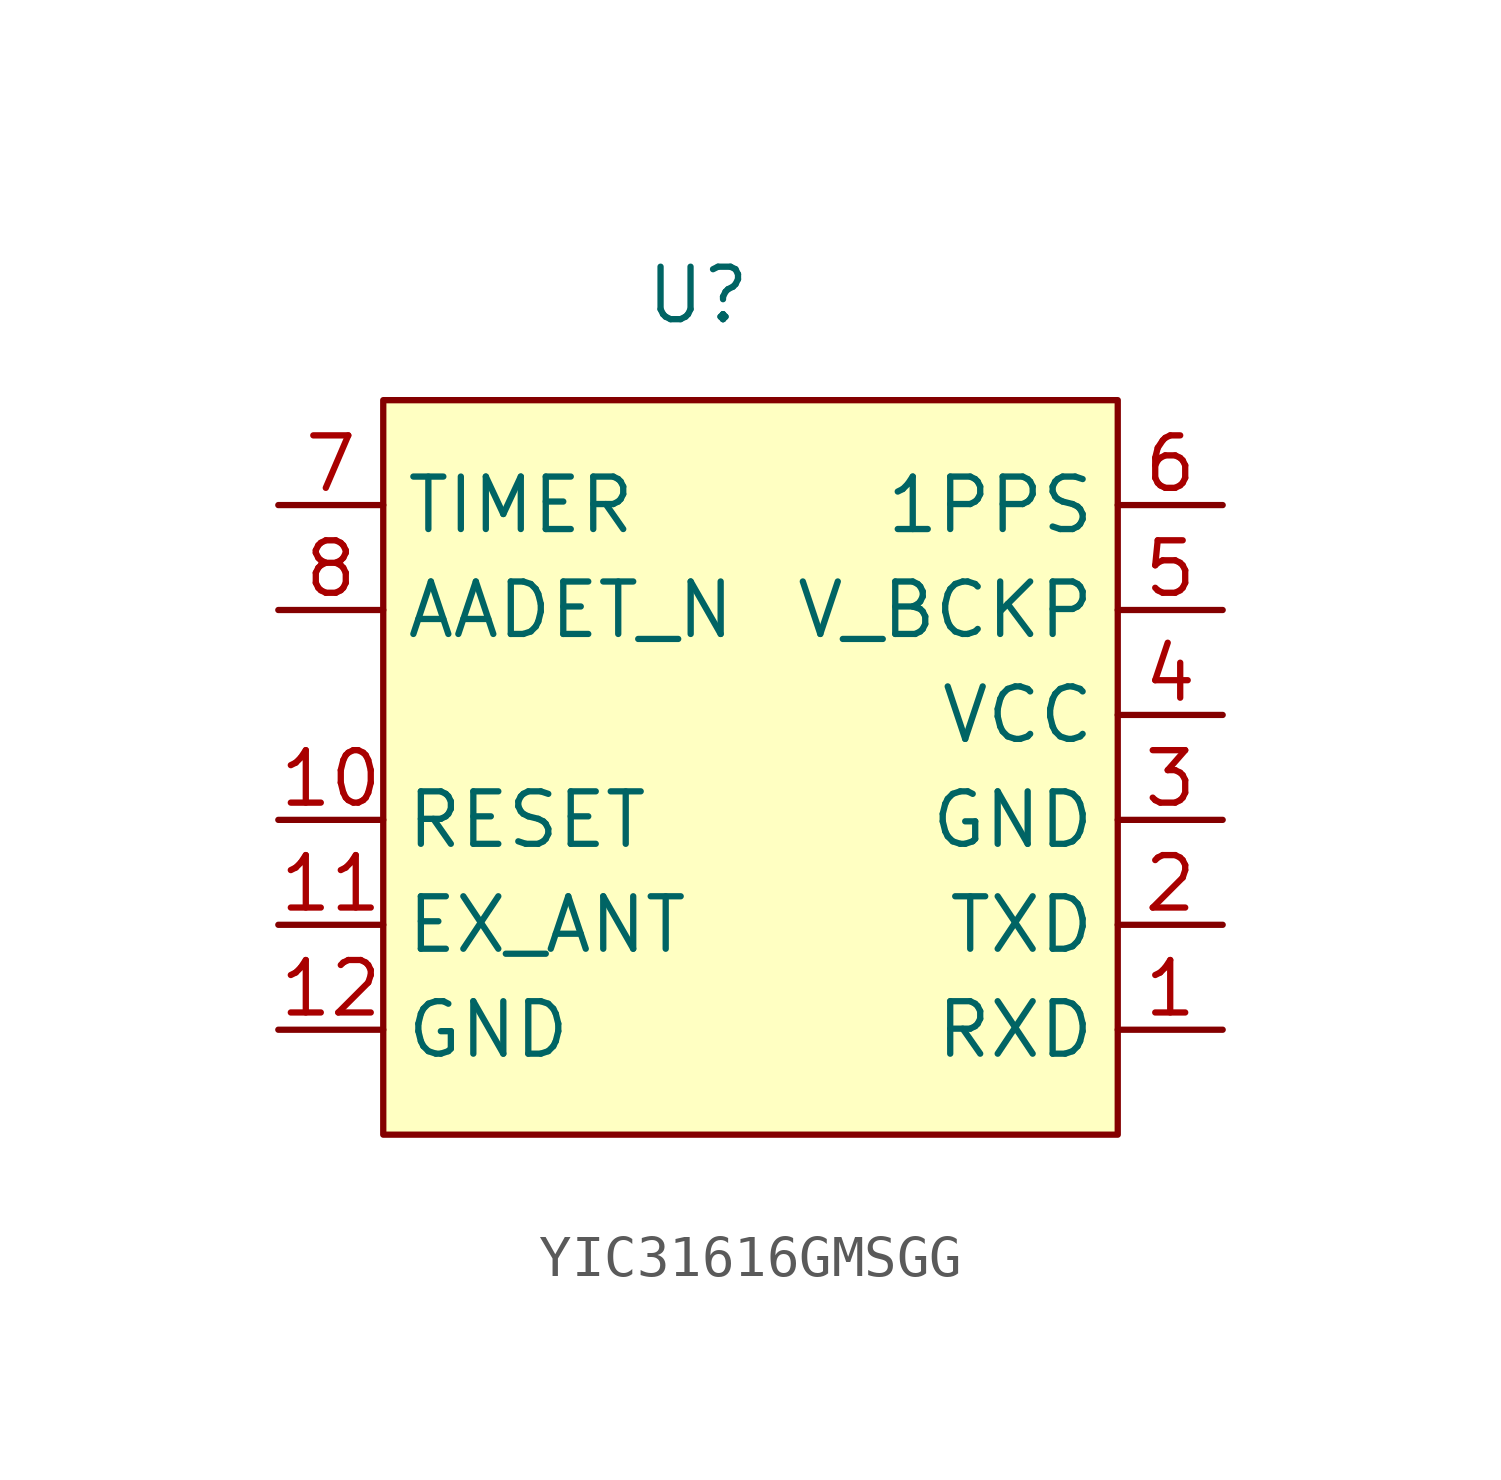
<source format=kicad_sym>
(kicad_symbol_lib
  (version 20220914)
  (generator kicad_symbol_editor)
  (symbol "YIC31616GMSGG"
    (property "Reference" "U"
      (at 0 0 0)
      (effects (font (size 1.27 1.27))))
    (property "Value" ""
      (at 0 0 0)
      (effects (font (size 1.27 1.27))))
    (symbol "YIC31616GMSGG_1_1"
      (rectangle (start -7.62 -2.54) (end 10.16 -20.32) (stroke (width 0) (type default)) (fill (type background)))
      (pin input line (at 12.7 -17.78 180) (length 2.54) (name "RXD" (effects (font (size 1.27 1.27)))) (number "1" (effects (font (size 1.27 1.27)))))
      (pin input line (at -10.16 -12.7 0) (length 2.54) (name "RESET" (effects (font (size 1.27 1.27)))) (number "10" (effects (font (size 1.27 1.27)))))
      (pin input line (at -10.16 -15.24 0) (length 2.54) (name "EX_ANT" (effects (font (size 1.27 1.27)))) (number "11" (effects (font (size 1.27 1.27)))))
      (pin passive line (at -10.16 -17.78 0) (length 2.54) (name "GND" (effects (font (size 1.27 1.27)))) (number "12" (effects (font (size 1.27 1.27)))))
      (pin output line (at 12.7 -15.24 180) (length 2.54) (name "TXD" (effects (font (size 1.27 1.27)))) (number "2" (effects (font (size 1.27 1.27)))))
      (pin passive line (at 12.7 -12.7 180) (length 2.54) (name "GND" (effects (font (size 1.27 1.27)))) (number "3" (effects (font (size 1.27 1.27)))))
      (pin passive line (at 12.7 -10.16 180) (length 2.54) (name "VCC" (effects (font (size 1.27 1.27)))) (number "4" (effects (font (size 1.27 1.27)))))
      (pin passive line (at 12.7 -7.62 180) (length 2.54) (name "V_BCKP" (effects (font (size 1.27 1.27)))) (number "5" (effects (font (size 1.27 1.27)))))
      (pin output line (at 12.7 -5.08 180) (length 2.54) (name "1PPS" (effects (font (size 1.27 1.27)))) (number "6" (effects (font (size 1.27 1.27)))))
      (pin passive line (at -10.16 -5.08 0) (length 2.54) (name "TIMER" (effects (font (size 1.27 1.27)))) (number "7" (effects (font (size 1.27 1.27)))))
      (pin passive line (at -10.16 -7.62 0) (length 2.54) (name "AADET_N" (effects (font (size 1.27 1.27)))) (number "8" (effects (font (size 1.27 1.27)))))
      (pin no_connect line (at -10.16 -10.16 0) (length 2.54) hide (name "NC" (effects (font (size 1.27 1.27)))) (number "9" (effects (font (size 1.27 1.27))))))))
</source>
